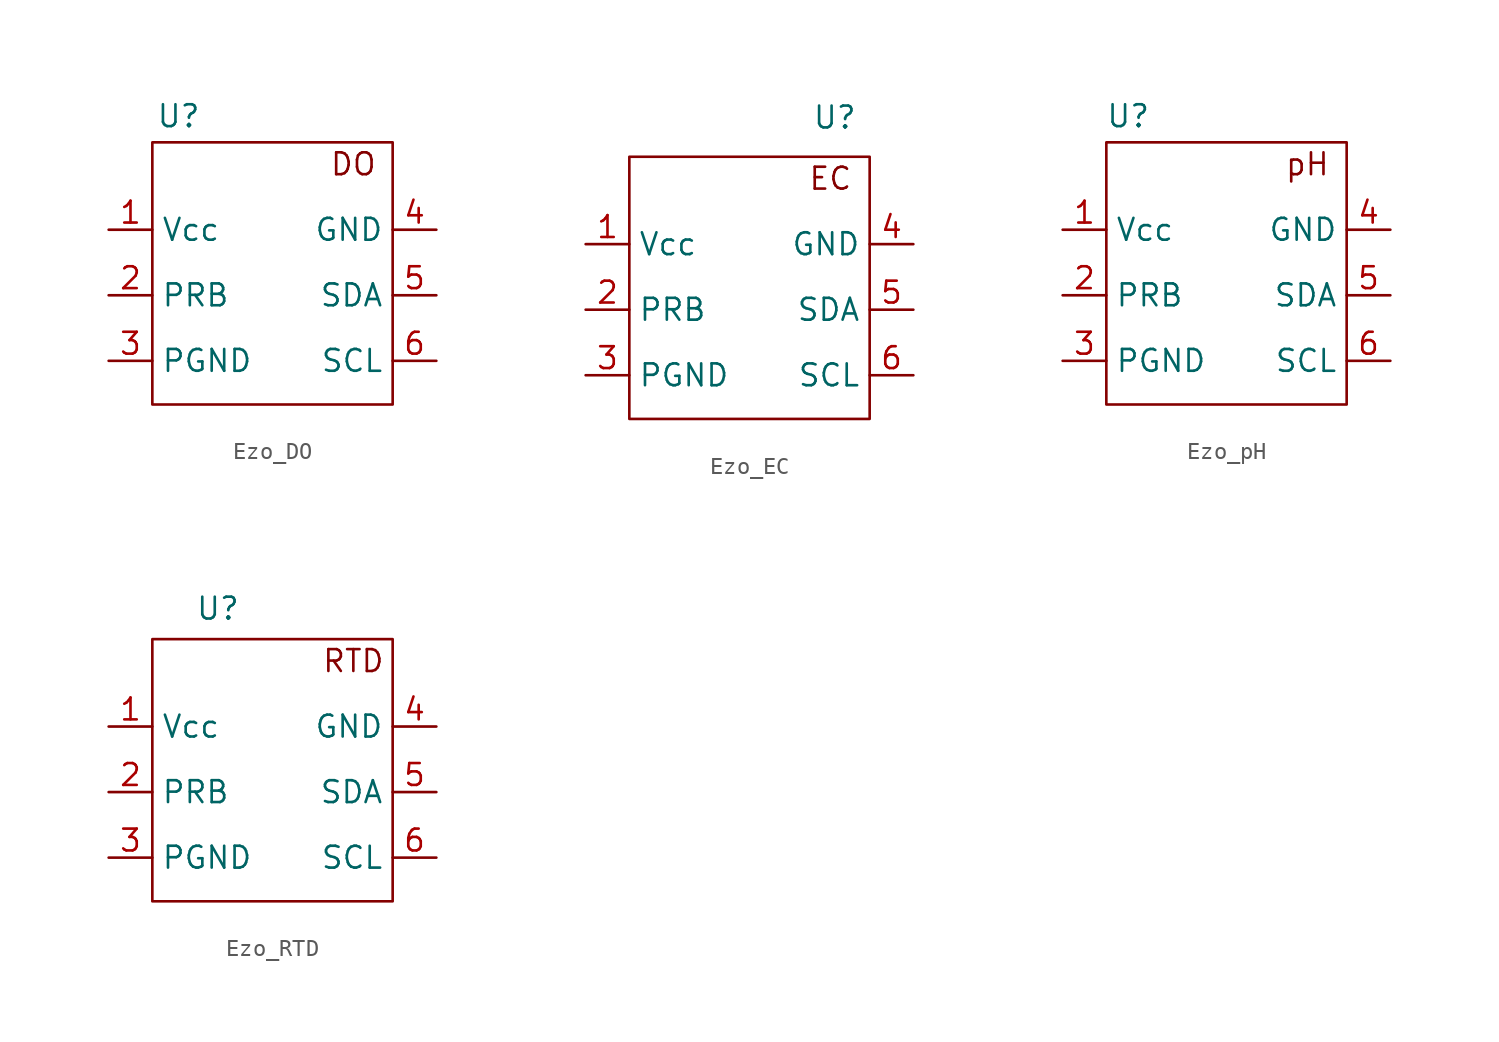
<source format=kicad_sym>
(kicad_symbol_lib
  (version 20241209)
  (generator "kicad_symbol_editor")
  (generator_version "9.0")
  (symbol "Ezo_DO"
    (property "Reference" "U"
      (at -4.826 7.874 0)
      (effects (font (size 1.27 1.27))))
    (property "Value" ""
      (at 0 0 0)
      (effects (font (size 1.27 1.27))))
    (symbol "Ezo_DO_0_1"
      (rectangle (start -6.35 6.35) (end 7.62 -8.89) (stroke (width 0) (type default)) (fill (type none))))
    (symbol "Ezo_DO_1_1"
      (text "DO" (at 5.334 5.08 0) (effects (font (size 1.27 1.27))))
      (pin input line (at -8.89 1.27 0) (length 2.54) (name "Vcc" (effects (font (size 1.27 1.27)))) (number "1" (effects (font (size 1.27 1.27)))))
      (pin input line (at -8.89 -2.54 0) (length 2.54) (name "PRB" (effects (font (size 1.27 1.27)))) (number "2" (effects (font (size 1.27 1.27)))))
      (pin input line (at -8.89 -6.35 0) (length 2.54) (name "PGND" (effects (font (size 1.27 1.27)))) (number "3" (effects (font (size 1.27 1.27)))))
      (pin input line (at 10.16 1.27 180) (length 2.54) (name "GND" (effects (font (size 1.27 1.27)))) (number "4" (effects (font (size 1.27 1.27)))))
      (pin output line (at 10.16 -2.54 180) (length 2.54) (name "SDA" (effects (font (size 1.27 1.27)))) (number "5" (effects (font (size 1.27 1.27)))))
      (pin output line (at 10.16 -6.35 180) (length 2.54) (name "SCL" (effects (font (size 1.27 1.27)))) (number "6" (effects (font (size 1.27 1.27)))))))
  (symbol "Ezo_EC"
    (property "Reference" "U"
      (at 5.588 7.366 0)
      (effects (font (size 1.27 1.27))))
    (property "Value" ""
      (at 0 0 0)
      (effects (font (size 1.27 1.27))))
    (symbol "Ezo_EC_0_1"
      (rectangle (start -6.35 5.08) (end 7.62 -10.16) (stroke (width 0) (type default)) (fill (type none))))
    (symbol "Ezo_EC_1_1"
      (text "EC\n" (at 5.334 3.81 0) (effects (font (size 1.27 1.27))))
      (pin input line (at -8.89 0 0) (length 2.54) (name "Vcc" (effects (font (size 1.27 1.27)))) (number "1" (effects (font (size 1.27 1.27)))))
      (pin input line (at -8.89 -3.81 0) (length 2.54) (name "PRB" (effects (font (size 1.27 1.27)))) (number "2" (effects (font (size 1.27 1.27)))))
      (pin input line (at -8.89 -7.62 0) (length 2.54) (name "PGND" (effects (font (size 1.27 1.27)))) (number "3" (effects (font (size 1.27 1.27)))))
      (pin input line (at 10.16 0 180) (length 2.54) (name "GND" (effects (font (size 1.27 1.27)))) (number "4" (effects (font (size 1.27 1.27)))))
      (pin output line (at 10.16 -3.81 180) (length 2.54) (name "SDA" (effects (font (size 1.27 1.27)))) (number "5" (effects (font (size 1.27 1.27)))))
      (pin output line (at 10.16 -7.62 180) (length 2.54) (name "SCL" (effects (font (size 1.27 1.27)))) (number "6" (effects (font (size 1.27 1.27)))))))
  (symbol "Ezo_pH"
    (property "Reference" "U"
      (at -5.08 9.144 0)
      (effects (font (size 1.27 1.27))))
    (property "Value" ""
      (at 0 0 0)
      (effects (font (size 1.27 1.27))))
    (symbol "Ezo_pH_0_1"
      (rectangle (start -6.35 7.62) (end 7.62 -7.62) (stroke (width 0) (type default)) (fill (type none))))
    (symbol "Ezo_pH_1_1"
      (text "pH" (at 5.334 6.35 0) (effects (font (size 1.27 1.27))))
      (pin input line (at -8.89 2.54 0) (length 2.54) (name "Vcc" (effects (font (size 1.27 1.27)))) (number "1" (effects (font (size 1.27 1.27)))))
      (pin input line (at -8.89 -1.27 0) (length 2.54) (name "PRB" (effects (font (size 1.27 1.27)))) (number "2" (effects (font (size 1.27 1.27)))))
      (pin input line (at -8.89 -5.08 0) (length 2.54) (name "PGND" (effects (font (size 1.27 1.27)))) (number "3" (effects (font (size 1.27 1.27)))))
      (pin input line (at 10.16 2.54 180) (length 2.54) (name "GND" (effects (font (size 1.27 1.27)))) (number "4" (effects (font (size 1.27 1.27)))))
      (pin output line (at 10.16 -1.27 180) (length 2.54) (name "SDA" (effects (font (size 1.27 1.27)))) (number "5" (effects (font (size 1.27 1.27)))))
      (pin output line (at 10.16 -5.08 180) (length 2.54) (name "SCL" (effects (font (size 1.27 1.27)))) (number "6" (effects (font (size 1.27 1.27)))))))
  (symbol "Ezo_RTD"
    (property "Reference" "U"
      (at -2.54 8.128 0)
      (effects (font (size 1.27 1.27))))
    (property "Value" ""
      (at 0 0 0)
      (effects (font (size 1.27 1.27))))
    (symbol "Ezo_RTD_0_1"
      (rectangle (start -6.35 6.35) (end 7.62 -8.89) (stroke (width 0) (type default)) (fill (type none))))
    (symbol "Ezo_RTD_1_1"
      (text "RTD" (at 5.334 5.08 0) (effects (font (size 1.27 1.27))))
      (pin input line (at -8.89 1.27 0) (length 2.54) (name "Vcc" (effects (font (size 1.27 1.27)))) (number "1" (effects (font (size 1.27 1.27)))))
      (pin input line (at -8.89 -2.54 0) (length 2.54) (name "PRB" (effects (font (size 1.27 1.27)))) (number "2" (effects (font (size 1.27 1.27)))))
      (pin input line (at -8.89 -6.35 0) (length 2.54) (name "PGND" (effects (font (size 1.27 1.27)))) (number "3" (effects (font (size 1.27 1.27)))))
      (pin input line (at 10.16 1.27 180) (length 2.54) (name "GND" (effects (font (size 1.27 1.27)))) (number "4" (effects (font (size 1.27 1.27)))))
      (pin output line (at 10.16 -2.54 180) (length 2.54) (name "SDA" (effects (font (size 1.27 1.27)))) (number "5" (effects (font (size 1.27 1.27)))))
      (pin output line (at 10.16 -6.35 180) (length 2.54) (name "SCL" (effects (font (size 1.27 1.27)))) (number "6" (effects (font (size 1.27 1.27))))))))
</source>
